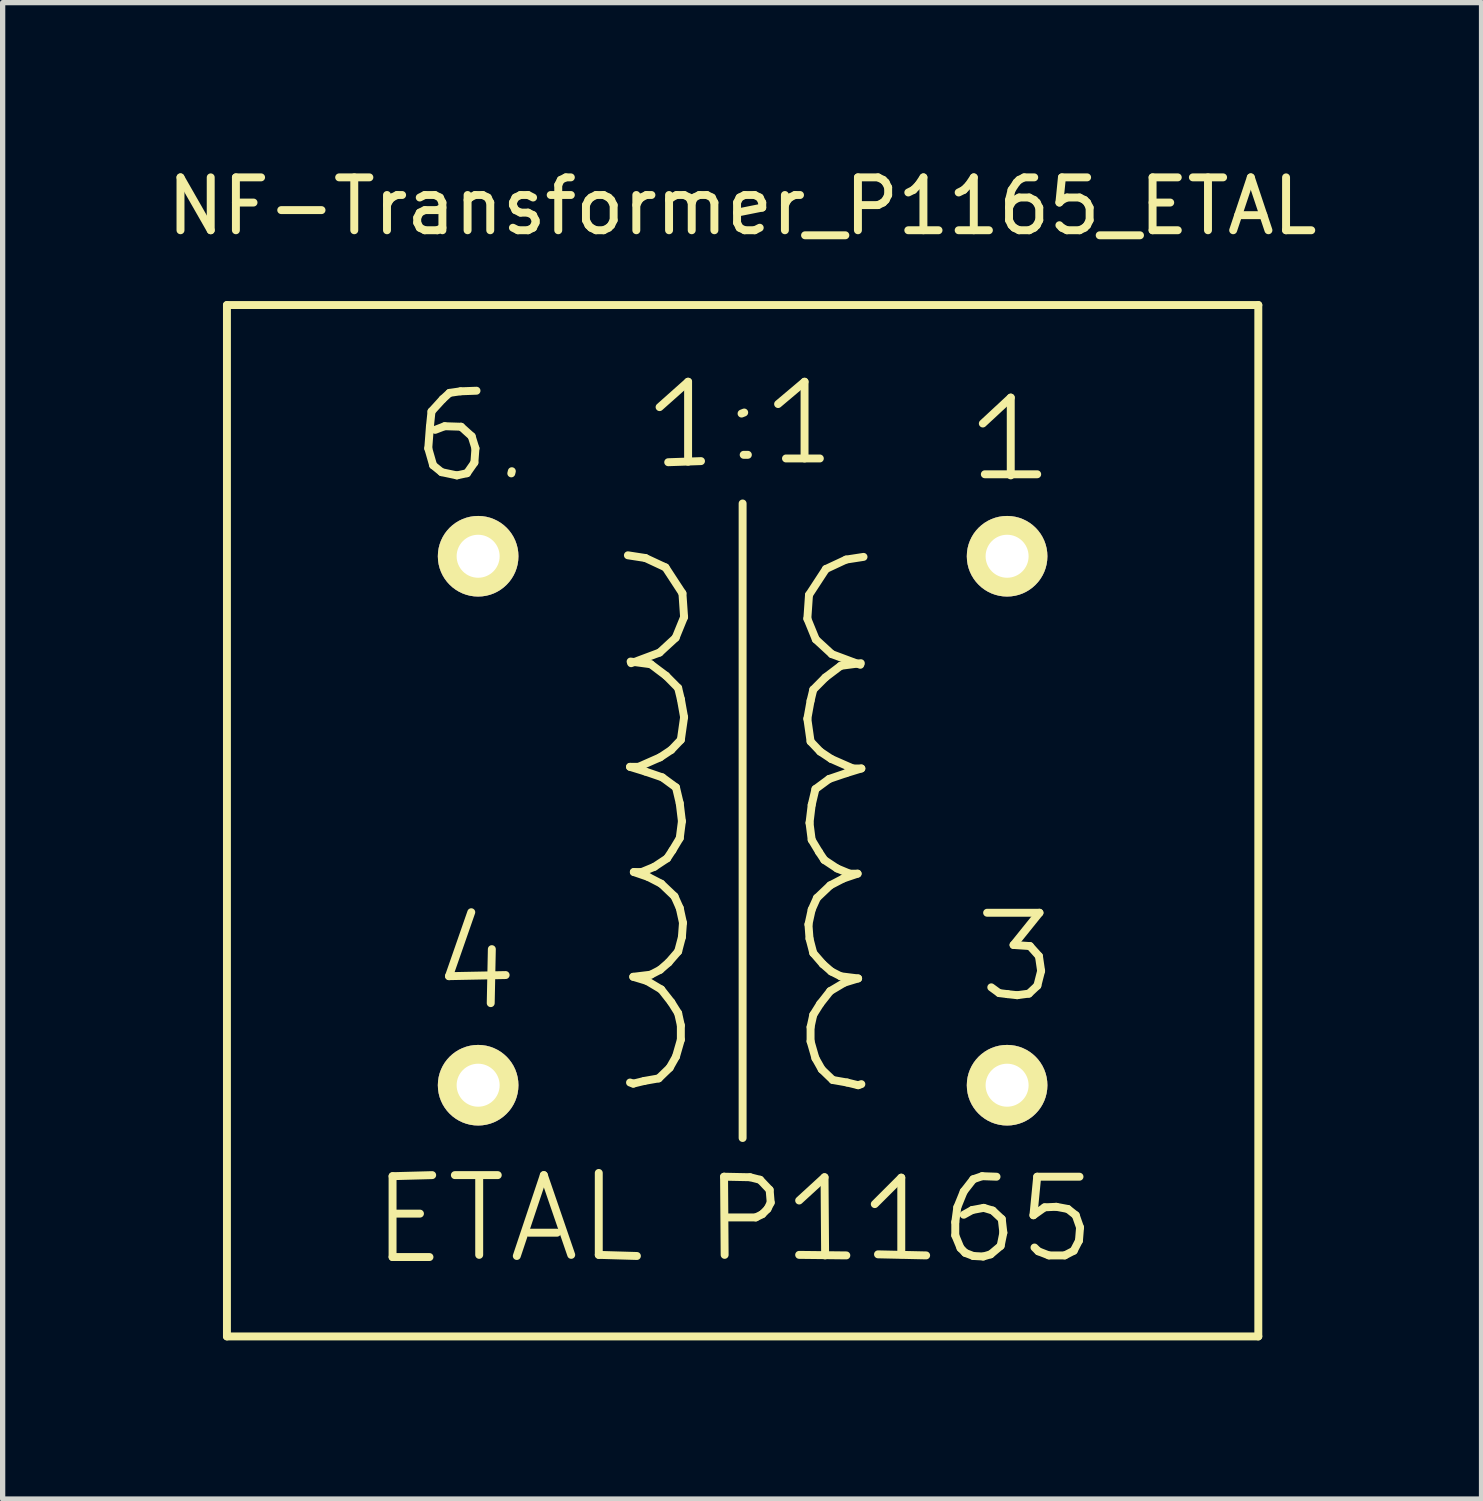
<source format=kicad_pcb>
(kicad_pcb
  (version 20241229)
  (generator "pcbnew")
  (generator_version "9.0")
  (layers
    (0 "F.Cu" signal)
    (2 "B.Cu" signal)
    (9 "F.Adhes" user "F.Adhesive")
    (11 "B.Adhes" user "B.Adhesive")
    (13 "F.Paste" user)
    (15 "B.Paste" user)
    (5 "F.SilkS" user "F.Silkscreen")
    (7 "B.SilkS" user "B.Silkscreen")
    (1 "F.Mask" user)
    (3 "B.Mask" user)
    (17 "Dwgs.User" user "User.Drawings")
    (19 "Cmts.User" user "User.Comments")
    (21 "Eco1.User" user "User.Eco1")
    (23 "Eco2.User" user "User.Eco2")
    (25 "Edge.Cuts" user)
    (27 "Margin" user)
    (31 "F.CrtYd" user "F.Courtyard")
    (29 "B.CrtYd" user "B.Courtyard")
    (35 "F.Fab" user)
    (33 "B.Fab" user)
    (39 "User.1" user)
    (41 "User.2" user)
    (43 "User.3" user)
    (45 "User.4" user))
  (footprint "NF-Transformer_P1165_ETAL"
    (layer "F.Cu")
    (at 10.992 12.469)
    (property "Reference" "NF-Transformer_P1165_ETAL" (at -0.01 -11.62 0) (layer "F.SilkS") (effects (font (size 1 1) (thickness 0.15))))
    (attr through_hole)
    (fp_line (start -9.751 -9.751) (end -9.751 9.751) (stroke (width 0.15) (type solid)) (layer "F.SilkS"))
    (fp_line (start -9.751 9.751) (end 9.751 9.751) (stroke (width 0.15) (type solid)) (layer "F.SilkS"))
    (fp_line (start -6.619 6.721) (end -6.619 8.25) (stroke (width 0.15) (type solid)) (layer "F.SilkS"))
    (fp_line (start -6.619 8.25) (end -5.921 8.25) (stroke (width 0.15) (type solid)) (layer "F.SilkS"))
    (fp_line (start -6.551 7.429) (end -6.101 7.429) (stroke (width 0.15) (type solid)) (layer "F.SilkS"))
    (fp_line (start -5.944 -7.041) (end -5.852 -6.721) (stroke (width 0.15) (type solid)) (layer "F.SilkS"))
    (fp_line (start -5.913 -7.45) (end -5.944 -7.041) (stroke (width 0.15) (type solid)) (layer "F.SilkS"))
    (fp_line (start -5.883 -7.739) (end -5.913 -7.45) (stroke (width 0.15) (type solid)) (layer "F.SilkS"))
    (fp_line (start -5.87 6.701) (end -6.619 6.721) (stroke (width 0.15) (type solid)) (layer "F.SilkS"))
    (fp_line (start -5.852 -6.721) (end -5.692 -6.591) (stroke (width 0.15) (type solid)) (layer "F.SilkS"))
    (fp_line (start -5.692 -6.591) (end -5.403 -6.53) (stroke (width 0.15) (type solid)) (layer "F.SilkS"))
    (fp_line (start -5.672 -7.971) (end -5.883 -7.739) (stroke (width 0.15) (type solid)) (layer "F.SilkS"))
    (fp_line (start -5.634 -7.46) (end -5.814 -7.391) (stroke (width 0.15) (type solid)) (layer "F.SilkS"))
    (fp_line (start -5.552 2.939) (end -4.481 2.918) (stroke (width 0.15) (type solid)) (layer "F.SilkS"))
    (fp_line (start -5.542 -8.09) (end -5.672 -7.971) (stroke (width 0.15) (type solid)) (layer "F.SilkS"))
    (fp_line (start -5.441 6.701) (end -4.63 6.701) (stroke (width 0.15) (type solid)) (layer "F.SilkS"))
    (fp_line (start -5.403 -6.53) (end -5.212 -6.571) (stroke (width 0.15) (type solid)) (layer "F.SilkS"))
    (fp_line (start -5.334 -8.12) (end -5.542 -8.09) (stroke (width 0.15) (type solid)) (layer "F.SilkS"))
    (fp_line (start -5.324 -7.45) (end -5.634 -7.46) (stroke (width 0.15) (type solid)) (layer "F.SilkS"))
    (fp_line (start -5.212 -6.571) (end -5.072 -6.772) (stroke (width 0.15) (type solid)) (layer "F.SilkS"))
    (fp_line (start -5.131 1.73) (end -5.552 2.939) (stroke (width 0.15) (type solid)) (layer "F.SilkS"))
    (fp_line (start -5.123 -7.269) (end -5.324 -7.45) (stroke (width 0.15) (type solid)) (layer "F.SilkS"))
    (fp_line (start -5.072 -6.772) (end -5.052 -7.041) (stroke (width 0.15) (type solid)) (layer "F.SilkS"))
    (fp_line (start -5.052 -7.041) (end -5.123 -7.269) (stroke (width 0.15) (type solid)) (layer "F.SilkS"))
    (fp_line (start -5.032 -8.131) (end -5.334 -8.12) (stroke (width 0.15) (type solid)) (layer "F.SilkS"))
    (fp_line (start -4.981 8.209) (end -4.981 6.741) (stroke (width 0.15) (type solid)) (layer "F.SilkS"))
    (fp_line (start -4.742 2.428) (end -4.763 3.449) (stroke (width 0.15) (type solid)) (layer "F.SilkS"))
    (fp_line (start -4.374 -6.568) (end -4.364 -6.609) (stroke (width 0.15) (type solid)) (layer "F.SilkS"))
    (fp_line (start -4.27 8.23) (end -3.759 6.701) (stroke (width 0.15) (type solid)) (layer "F.SilkS"))
    (fp_line (start -4.041 7.79) (end -3.51 7.79) (stroke (width 0.15) (type solid)) (layer "F.SilkS"))
    (fp_line (start -3.759 6.701) (end -3.241 8.209) (stroke (width 0.15) (type solid)) (layer "F.SilkS"))
    (fp_line (start -2.72 6.66) (end -2.72 8.209) (stroke (width 0.15) (type solid)) (layer "F.SilkS"))
    (fp_line (start -2.72 8.209) (end -1.999 8.23) (stroke (width 0.15) (type solid)) (layer "F.SilkS"))
    (fp_line (start -2.169 -5.019) (end -1.839 -4.968) (stroke (width 0.15) (type solid)) (layer "F.SilkS"))
    (fp_line (start -2.129 -1.019) (end -1.839 -0.93) (stroke (width 0.15) (type solid)) (layer "F.SilkS"))
    (fp_line (start -2.118 -3.01) (end -1.737 -2.959) (stroke (width 0.15) (type solid)) (layer "F.SilkS"))
    (fp_line (start -2.068 2.951) (end -1.808 3.03) (stroke (width 0.15) (type solid)) (layer "F.SilkS"))
    (fp_line (start -2.068 4.971) (end -2.129 4.95) (stroke (width 0.15) (type solid)) (layer "F.SilkS"))
    (fp_line (start -2.057 0.97) (end -1.788 1.062) (stroke (width 0.15) (type solid)) (layer "F.SilkS"))
    (fp_line (start -1.968 -1.019) (end -2.129 -1.019) (stroke (width 0.15) (type solid)) (layer "F.SilkS"))
    (fp_line (start -1.908 0.97) (end -2.057 0.97) (stroke (width 0.15) (type solid)) (layer "F.SilkS"))
    (fp_line (start -1.859 4.92) (end -2.068 4.971) (stroke (width 0.15) (type solid)) (layer "F.SilkS"))
    (fp_line (start -1.839 -4.968) (end -1.458 -4.79) (stroke (width 0.15) (type solid)) (layer "F.SilkS"))
    (fp_line (start -1.839 -0.93) (end -1.519 -0.82) (stroke (width 0.15) (type solid)) (layer "F.SilkS"))
    (fp_line (start -1.808 3.03) (end -1.539 3.19) (stroke (width 0.15) (type solid)) (layer "F.SilkS"))
    (fp_line (start -1.788 1.062) (end -1.539 1.191) (stroke (width 0.15) (type solid)) (layer "F.SilkS"))
    (fp_line (start -1.737 -2.959) (end -1.448 -2.741) (stroke (width 0.15) (type solid)) (layer "F.SilkS"))
    (fp_line (start -1.737 2.911) (end -2.068 2.951) (stroke (width 0.15) (type solid)) (layer "F.SilkS"))
    (fp_line (start -1.669 0.871) (end -1.908 0.97) (stroke (width 0.15) (type solid)) (layer "F.SilkS"))
    (fp_line (start -1.587 4.872) (end -1.859 4.92) (stroke (width 0.15) (type solid)) (layer "F.SilkS"))
    (fp_line (start -1.57 -7.821) (end -1.031 -8.301) (stroke (width 0.15) (type solid)) (layer "F.SilkS"))
    (fp_line (start -1.57 -3.18) (end -2.108 -2.979) (stroke (width 0.15) (type solid)) (layer "F.SilkS"))
    (fp_line (start -1.56 -1.199) (end -1.968 -1.019) (stroke (width 0.15) (type solid)) (layer "F.SilkS"))
    (fp_line (start -1.56 2.819) (end -1.737 2.911) (stroke (width 0.15) (type solid)) (layer "F.SilkS"))
    (fp_line (start -1.539 1.191) (end -1.288 1.43) (stroke (width 0.15) (type solid)) (layer "F.SilkS"))
    (fp_line (start -1.539 3.19) (end -1.349 3.432) (stroke (width 0.15) (type solid)) (layer "F.SilkS"))
    (fp_line (start -1.519 -0.82) (end -1.26 -0.63) (stroke (width 0.15) (type solid)) (layer "F.SilkS"))
    (fp_line (start -1.458 -4.79) (end -1.138 -4.3) (stroke (width 0.15) (type solid)) (layer "F.SilkS"))
    (fp_line (start -1.448 -2.741) (end -1.219 -2.51) (stroke (width 0.15) (type solid)) (layer "F.SilkS"))
    (fp_line (start -1.427 0.711) (end -1.669 0.871) (stroke (width 0.15) (type solid)) (layer "F.SilkS"))
    (fp_line (start -1.407 -6.779) (end -0.787 -6.8) (stroke (width 0.15) (type solid)) (layer "F.SilkS"))
    (fp_line (start -1.4 2.68) (end -1.56 2.819) (stroke (width 0.15) (type solid)) (layer "F.SilkS"))
    (fp_line (start -1.379 4.671) (end -1.587 4.872) (stroke (width 0.15) (type solid)) (layer "F.SilkS"))
    (fp_line (start -1.349 -1.339) (end -1.56 -1.199) (stroke (width 0.15) (type solid)) (layer "F.SilkS"))
    (fp_line (start -1.349 3.432) (end -1.219 3.64) (stroke (width 0.15) (type solid)) (layer "F.SilkS"))
    (fp_line (start -1.328 0.561) (end -1.427 0.711) (stroke (width 0.15) (type solid)) (layer "F.SilkS"))
    (fp_line (start -1.288 1.43) (end -1.189 1.651) (stroke (width 0.15) (type solid)) (layer "F.SilkS"))
    (fp_line (start -1.267 -3.459) (end -1.57 -3.18) (stroke (width 0.15) (type solid)) (layer "F.SilkS"))
    (fp_line (start -1.26 -0.63) (end -1.189 -0.33) (stroke (width 0.15) (type solid)) (layer "F.SilkS"))
    (fp_line (start -1.26 4.46) (end -1.379 4.671) (stroke (width 0.15) (type solid)) (layer "F.SilkS"))
    (fp_line (start -1.219 -2.51) (end -1.168 -2.299) (stroke (width 0.15) (type solid)) (layer "F.SilkS"))
    (fp_line (start -1.219 2.471) (end -1.4 2.68) (stroke (width 0.15) (type solid)) (layer "F.SilkS"))
    (fp_line (start -1.219 3.64) (end -1.168 3.871) (stroke (width 0.15) (type solid)) (layer "F.SilkS"))
    (fp_line (start -1.189 -0.33) (end -1.148 0.01) (stroke (width 0.15) (type solid)) (layer "F.SilkS"))
    (fp_line (start -1.189 0.33) (end -1.328 0.561) (stroke (width 0.15) (type solid)) (layer "F.SilkS"))
    (fp_line (start -1.189 1.651) (end -1.128 1.93) (stroke (width 0.15) (type solid)) (layer "F.SilkS"))
    (fp_line (start -1.168 -2.299) (end -1.107 -1.958) (stroke (width 0.15) (type solid)) (layer "F.SilkS"))
    (fp_line (start -1.168 -1.529) (end -1.349 -1.339) (stroke (width 0.15) (type solid)) (layer "F.SilkS"))
    (fp_line (start -1.168 3.871) (end -1.168 4.14) (stroke (width 0.15) (type solid)) (layer "F.SilkS"))
    (fp_line (start -1.168 4.14) (end -1.26 4.46) (stroke (width 0.15) (type solid)) (layer "F.SilkS"))
    (fp_line (start -1.148 0.01) (end -1.189 0.33) (stroke (width 0.15) (type solid)) (layer "F.SilkS"))
    (fp_line (start -1.148 2.2) (end -1.219 2.471) (stroke (width 0.15) (type solid)) (layer "F.SilkS"))
    (fp_line (start -1.138 -4.3) (end -1.107 -3.851) (stroke (width 0.15) (type solid)) (layer "F.SilkS"))
    (fp_line (start -1.128 1.93) (end -1.148 2.2) (stroke (width 0.15) (type solid)) (layer "F.SilkS"))
    (fp_line (start -1.107 -3.851) (end -1.267 -3.459) (stroke (width 0.15) (type solid)) (layer "F.SilkS"))
    (fp_line (start -1.107 -1.958) (end -1.168 -1.529) (stroke (width 0.15) (type solid)) (layer "F.SilkS"))
    (fp_line (start -1.031 -8.301) (end -1.031 -6.789) (stroke (width 0.15) (type solid)) (layer "F.SilkS"))
    (fp_line (start -0.351 6.731) (end 0.14 6.741) (stroke (width 0.15) (type solid)) (layer "F.SilkS"))
    (fp_line (start -0.34 8.209) (end -0.351 6.731) (stroke (width 0.15) (type solid)) (layer "F.SilkS"))
    (fp_line (start 0 -5.999) (end 0 5.999) (stroke (width 0.15) (type solid)) (layer "F.SilkS"))
    (fp_line (start 0.03 -7.719) (end -0.02 -7.699) (stroke (width 0.15) (type solid)) (layer "F.SilkS"))
    (fp_line (start 0.099 -6.919) (end 0.02 -6.919) (stroke (width 0.15) (type solid)) (layer "F.SilkS"))
    (fp_line (start 0.14 6.741) (end 0.33 6.789) (stroke (width 0.15) (type solid)) (layer "F.SilkS"))
    (fp_line (start 0.249 7.501) (end -0.269 7.501) (stroke (width 0.15) (type solid)) (layer "F.SilkS"))
    (fp_line (start 0.33 6.789) (end 0.511 6.98) (stroke (width 0.15) (type solid)) (layer "F.SilkS"))
    (fp_line (start 0.371 7.44) (end 0.249 7.501) (stroke (width 0.15) (type solid)) (layer "F.SilkS"))
    (fp_line (start 0.47 7.341) (end 0.371 7.44) (stroke (width 0.15) (type solid)) (layer "F.SilkS"))
    (fp_line (start 0.511 6.98) (end 0.531 7.221) (stroke (width 0.15) (type solid)) (layer "F.SilkS"))
    (fp_line (start 0.531 7.221) (end 0.47 7.341) (stroke (width 0.15) (type solid)) (layer "F.SilkS"))
    (fp_line (start 0.671 -7.879) (end 1.171 -8.301) (stroke (width 0.15) (type solid)) (layer "F.SilkS"))
    (fp_line (start 0.82 -6.85) (end 1.46 -6.85) (stroke (width 0.15) (type solid)) (layer "F.SilkS"))
    (fp_line (start 1.069 7.181) (end 1.549 6.741) (stroke (width 0.15) (type solid)) (layer "F.SilkS"))
    (fp_line (start 1.069 8.209) (end 1.961 8.219) (stroke (width 0.15) (type solid)) (layer "F.SilkS"))
    (fp_line (start 1.171 -8.301) (end 1.171 -6.85) (stroke (width 0.15) (type solid)) (layer "F.SilkS"))
    (fp_line (start 1.224 -3.82) (end 1.384 -3.429) (stroke (width 0.15) (type solid)) (layer "F.SilkS"))
    (fp_line (start 1.224 -1.928) (end 1.285 -1.499) (stroke (width 0.15) (type solid)) (layer "F.SilkS"))
    (fp_line (start 1.245 1.961) (end 1.265 2.23) (stroke (width 0.15) (type solid)) (layer "F.SilkS"))
    (fp_line (start 1.255 -4.27) (end 1.224 -3.82) (stroke (width 0.15) (type solid)) (layer "F.SilkS"))
    (fp_line (start 1.265 0.041) (end 1.306 0.361) (stroke (width 0.15) (type solid)) (layer "F.SilkS"))
    (fp_line (start 1.265 2.23) (end 1.336 2.502) (stroke (width 0.15) (type solid)) (layer "F.SilkS"))
    (fp_line (start 1.285 -2.268) (end 1.224 -1.928) (stroke (width 0.15) (type solid)) (layer "F.SilkS"))
    (fp_line (start 1.285 -1.499) (end 1.466 -1.308) (stroke (width 0.15) (type solid)) (layer "F.SilkS"))
    (fp_line (start 1.285 3.901) (end 1.285 4.171) (stroke (width 0.15) (type solid)) (layer "F.SilkS"))
    (fp_line (start 1.285 4.171) (end 1.377 4.491) (stroke (width 0.15) (type solid)) (layer "F.SilkS"))
    (fp_line (start 1.306 -0.3) (end 1.265 0.041) (stroke (width 0.15) (type solid)) (layer "F.SilkS"))
    (fp_line (start 1.306 0.361) (end 1.445 0.592) (stroke (width 0.15) (type solid)) (layer "F.SilkS"))
    (fp_line (start 1.306 1.681) (end 1.245 1.961) (stroke (width 0.15) (type solid)) (layer "F.SilkS"))
    (fp_line (start 1.336 -2.479) (end 1.285 -2.268) (stroke (width 0.15) (type solid)) (layer "F.SilkS"))
    (fp_line (start 1.336 2.502) (end 1.516 2.71) (stroke (width 0.15) (type solid)) (layer "F.SilkS"))
    (fp_line (start 1.336 3.67) (end 1.285 3.901) (stroke (width 0.15) (type solid)) (layer "F.SilkS"))
    (fp_line (start 1.377 -0.599) (end 1.306 -0.3) (stroke (width 0.15) (type solid)) (layer "F.SilkS"))
    (fp_line (start 1.377 4.491) (end 1.496 4.702) (stroke (width 0.15) (type solid)) (layer "F.SilkS"))
    (fp_line (start 1.384 -3.429) (end 1.687 -3.15) (stroke (width 0.15) (type solid)) (layer "F.SilkS"))
    (fp_line (start 1.405 1.46) (end 1.306 1.681) (stroke (width 0.15) (type solid)) (layer "F.SilkS"))
    (fp_line (start 1.445 0.592) (end 1.544 0.742) (stroke (width 0.15) (type solid)) (layer "F.SilkS"))
    (fp_line (start 1.466 -1.308) (end 1.676 -1.168) (stroke (width 0.15) (type solid)) (layer "F.SilkS"))
    (fp_line (start 1.466 3.462) (end 1.336 3.67) (stroke (width 0.15) (type solid)) (layer "F.SilkS"))
    (fp_line (start 1.496 4.702) (end 1.704 4.902) (stroke (width 0.15) (type solid)) (layer "F.SilkS"))
    (fp_line (start 1.516 2.71) (end 1.676 2.85) (stroke (width 0.15) (type solid)) (layer "F.SilkS"))
    (fp_line (start 1.544 0.742) (end 1.786 0.902) (stroke (width 0.15) (type solid)) (layer "F.SilkS"))
    (fp_line (start 1.549 6.741) (end 1.56 8.219) (stroke (width 0.15) (type solid)) (layer "F.SilkS"))
    (fp_line (start 1.565 -2.71) (end 1.336 -2.479) (stroke (width 0.15) (type solid)) (layer "F.SilkS"))
    (fp_line (start 1.575 -4.76) (end 1.255 -4.27) (stroke (width 0.15) (type solid)) (layer "F.SilkS"))
    (fp_line (start 1.636 -0.79) (end 1.377 -0.599) (stroke (width 0.15) (type solid)) (layer "F.SilkS"))
    (fp_line (start 1.656 1.222) (end 1.405 1.46) (stroke (width 0.15) (type solid)) (layer "F.SilkS"))
    (fp_line (start 1.656 3.221) (end 1.466 3.462) (stroke (width 0.15) (type solid)) (layer "F.SilkS"))
    (fp_line (start 1.676 -1.168) (end 2.085 -0.988) (stroke (width 0.15) (type solid)) (layer "F.SilkS"))
    (fp_line (start 1.676 2.85) (end 1.854 2.941) (stroke (width 0.15) (type solid)) (layer "F.SilkS"))
    (fp_line (start 1.687 -3.15) (end 2.225 -2.949) (stroke (width 0.15) (type solid)) (layer "F.SilkS"))
    (fp_line (start 1.704 4.902) (end 1.976 4.95) (stroke (width 0.15) (type solid)) (layer "F.SilkS"))
    (fp_line (start 1.786 0.902) (end 2.024 1.001) (stroke (width 0.15) (type solid)) (layer "F.SilkS"))
    (fp_line (start 1.854 -2.929) (end 1.565 -2.71) (stroke (width 0.15) (type solid)) (layer "F.SilkS"))
    (fp_line (start 1.854 2.941) (end 2.184 2.982) (stroke (width 0.15) (type solid)) (layer "F.SilkS"))
    (fp_line (start 1.905 1.092) (end 1.656 1.222) (stroke (width 0.15) (type solid)) (layer "F.SilkS"))
    (fp_line (start 1.925 3.061) (end 1.656 3.221) (stroke (width 0.15) (type solid)) (layer "F.SilkS"))
    (fp_line (start 1.956 -4.938) (end 1.575 -4.76) (stroke (width 0.15) (type solid)) (layer "F.SilkS"))
    (fp_line (start 1.956 -0.899) (end 1.636 -0.79) (stroke (width 0.15) (type solid)) (layer "F.SilkS"))
    (fp_line (start 1.976 4.95) (end 2.184 5.001) (stroke (width 0.15) (type solid)) (layer "F.SilkS"))
    (fp_line (start 2.024 1.001) (end 2.174 1.001) (stroke (width 0.15) (type solid)) (layer "F.SilkS"))
    (fp_line (start 2.085 -0.988) (end 2.245 -0.988) (stroke (width 0.15) (type solid)) (layer "F.SilkS"))
    (fp_line (start 2.174 1.001) (end 1.905 1.092) (stroke (width 0.15) (type solid)) (layer "F.SilkS"))
    (fp_line (start 2.184 2.982) (end 1.925 3.061) (stroke (width 0.15) (type solid)) (layer "F.SilkS"))
    (fp_line (start 2.184 5.001) (end 2.245 4.981) (stroke (width 0.15) (type solid)) (layer "F.SilkS"))
    (fp_line (start 2.235 -2.979) (end 1.854 -2.929) (stroke (width 0.15) (type solid)) (layer "F.SilkS"))
    (fp_line (start 2.245 -0.988) (end 1.956 -0.899) (stroke (width 0.15) (type solid)) (layer "F.SilkS"))
    (fp_line (start 2.286 -4.989) (end 1.956 -4.938) (stroke (width 0.15) (type solid)) (layer "F.SilkS"))
    (fp_line (start 2.499 7.249) (end 3 6.749) (stroke (width 0.15) (type solid)) (layer "F.SilkS"))
    (fp_line (start 2.56 8.199) (end 3.47 8.219) (stroke (width 0.15) (type solid)) (layer "F.SilkS"))
    (fp_line (start 3 6.749) (end 3 8.199) (stroke (width 0.15) (type solid)) (layer "F.SilkS"))
    (fp_line (start 4.021 7.59) (end 4.021 7.841) (stroke (width 0.15) (type solid)) (layer "F.SilkS"))
    (fp_line (start 4.021 7.841) (end 4.12 8.08) (stroke (width 0.15) (type solid)) (layer "F.SilkS"))
    (fp_line (start 4.059 7.31) (end 4.021 7.59) (stroke (width 0.15) (type solid)) (layer "F.SilkS"))
    (fp_line (start 4.12 8.08) (end 4.209 8.171) (stroke (width 0.15) (type solid)) (layer "F.SilkS"))
    (fp_line (start 4.181 7.01) (end 4.059 7.31) (stroke (width 0.15) (type solid)) (layer "F.SilkS"))
    (fp_line (start 4.209 8.171) (end 4.361 8.23) (stroke (width 0.15) (type solid)) (layer "F.SilkS"))
    (fp_line (start 4.341 7.361) (end 4.181 7.45) (stroke (width 0.15) (type solid)) (layer "F.SilkS"))
    (fp_line (start 4.361 6.779) (end 4.181 7.01) (stroke (width 0.15) (type solid)) (layer "F.SilkS"))
    (fp_line (start 4.361 8.23) (end 4.549 8.24) (stroke (width 0.15) (type solid)) (layer "F.SilkS"))
    (fp_line (start 4.529 6.721) (end 4.361 6.779) (stroke (width 0.15) (type solid)) (layer "F.SilkS"))
    (fp_line (start 4.542 -7.511) (end 5.07 -8.001) (stroke (width 0.15) (type solid)) (layer "F.SilkS"))
    (fp_line (start 4.549 8.24) (end 4.689 8.199) (stroke (width 0.15) (type solid)) (layer "F.SilkS"))
    (fp_line (start 4.559 7.32) (end 4.341 7.361) (stroke (width 0.15) (type solid)) (layer "F.SilkS"))
    (fp_line (start 4.58 -6.551) (end 5.57 -6.551) (stroke (width 0.15) (type solid)) (layer "F.SilkS"))
    (fp_line (start 4.623 1.74) (end 5.613 1.74) (stroke (width 0.15) (type solid)) (layer "F.SilkS"))
    (fp_line (start 4.689 8.199) (end 4.879 8.039) (stroke (width 0.15) (type solid)) (layer "F.SilkS"))
    (fp_line (start 4.729 7.371) (end 4.559 7.32) (stroke (width 0.15) (type solid)) (layer "F.SilkS"))
    (fp_line (start 4.801 6.731) (end 4.529 6.721) (stroke (width 0.15) (type solid)) (layer "F.SilkS"))
    (fp_line (start 4.851 3.259) (end 4.702 3.15) (stroke (width 0.15) (type solid)) (layer "F.SilkS"))
    (fp_line (start 4.879 8.039) (end 4.93 7.79) (stroke (width 0.15) (type solid)) (layer "F.SilkS"))
    (fp_line (start 4.9 7.531) (end 4.729 7.371) (stroke (width 0.15) (type solid)) (layer "F.SilkS"))
    (fp_line (start 4.93 7.79) (end 4.9 7.531) (stroke (width 0.15) (type solid)) (layer "F.SilkS"))
    (fp_line (start 5.011 3.279) (end 4.851 3.259) (stroke (width 0.15) (type solid)) (layer "F.SilkS"))
    (fp_line (start 5.07 -8.001) (end 5.07 -6.53) (stroke (width 0.15) (type solid)) (layer "F.SilkS"))
    (fp_line (start 5.123 2.349) (end 5.433 2.37) (stroke (width 0.15) (type solid)) (layer "F.SilkS"))
    (fp_line (start 5.192 3.299) (end 5.011 3.279) (stroke (width 0.15) (type solid)) (layer "F.SilkS"))
    (fp_line (start 5.413 3.269) (end 5.192 3.299) (stroke (width 0.15) (type solid)) (layer "F.SilkS"))
    (fp_line (start 5.433 2.37) (end 5.603 2.56) (stroke (width 0.15) (type solid)) (layer "F.SilkS"))
    (fp_line (start 5.499 7.46) (end 5.71 7.31) (stroke (width 0.15) (type solid)) (layer "F.SilkS"))
    (fp_line (start 5.57 6.731) (end 5.499 7.46) (stroke (width 0.15) (type solid)) (layer "F.SilkS"))
    (fp_line (start 5.573 3.119) (end 5.413 3.269) (stroke (width 0.15) (type solid)) (layer "F.SilkS"))
    (fp_line (start 5.591 8.141) (end 5.519 8.07) (stroke (width 0.15) (type solid)) (layer "F.SilkS"))
    (fp_line (start 5.603 2.56) (end 5.644 2.84) (stroke (width 0.15) (type solid)) (layer "F.SilkS"))
    (fp_line (start 5.613 1.74) (end 5.123 2.349) (stroke (width 0.15) (type solid)) (layer "F.SilkS"))
    (fp_line (start 5.644 2.84) (end 5.573 3.119) (stroke (width 0.15) (type solid)) (layer "F.SilkS"))
    (fp_line (start 5.71 7.31) (end 5.931 7.3) (stroke (width 0.15) (type solid)) (layer "F.SilkS"))
    (fp_line (start 5.791 8.219) (end 5.591 8.141) (stroke (width 0.15) (type solid)) (layer "F.SilkS"))
    (fp_line (start 5.931 7.3) (end 6.149 7.341) (stroke (width 0.15) (type solid)) (layer "F.SilkS"))
    (fp_line (start 6.091 8.219) (end 5.791 8.219) (stroke (width 0.15) (type solid)) (layer "F.SilkS"))
    (fp_line (start 6.149 7.341) (end 6.299 7.46) (stroke (width 0.15) (type solid)) (layer "F.SilkS"))
    (fp_line (start 6.261 8.131) (end 6.091 8.219) (stroke (width 0.15) (type solid)) (layer "F.SilkS"))
    (fp_line (start 6.299 7.46) (end 6.38 7.691) (stroke (width 0.15) (type solid)) (layer "F.SilkS"))
    (fp_line (start 6.36 7.94) (end 6.261 8.131) (stroke (width 0.15) (type solid)) (layer "F.SilkS"))
    (fp_line (start 6.37 6.731) (end 5.57 6.731) (stroke (width 0.15) (type solid)) (layer "F.SilkS"))
    (fp_line (start 6.38 7.691) (end 6.36 7.94) (stroke (width 0.15) (type solid)) (layer "F.SilkS"))
    (fp_line (start 9.751 -9.751) (end -9.751 -9.751) (stroke (width 0.15) (type solid)) (layer "F.SilkS"))
    (fp_line (start 9.751 9.751) (end 9.751 -9.751) (stroke (width 0.15) (type solid)) (layer "F.SilkS"))
    (pad "1" thru_hole circle (at 5.001 -5.001) (size 1.524 1.524) (drill 0.813) (layers "*.Cu" "*.Mask" "F.SilkS"))
    (pad "3" thru_hole circle (at 5.001 5.001) (size 1.524 1.524) (drill 0.813) (layers "*.Cu" "*.Mask" "F.SilkS"))
    (pad "4" thru_hole circle (at -5.001 5.001) (size 1.524 1.524) (drill 0.813) (layers "*.Cu" "*.Mask" "F.SilkS"))
    (pad "6" thru_hole circle (at -5.001 -5.001) (size 1.524 1.524) (drill 0.813) (layers "*.Cu" "*.Mask" "F.SilkS")))
  (gr_rect
    (start -3 -3)
    (end 24.964 25.295)
    (stroke (width 0.1) (type default))
    (fill no)
    (layer "Edge.Cuts")))
</source>
